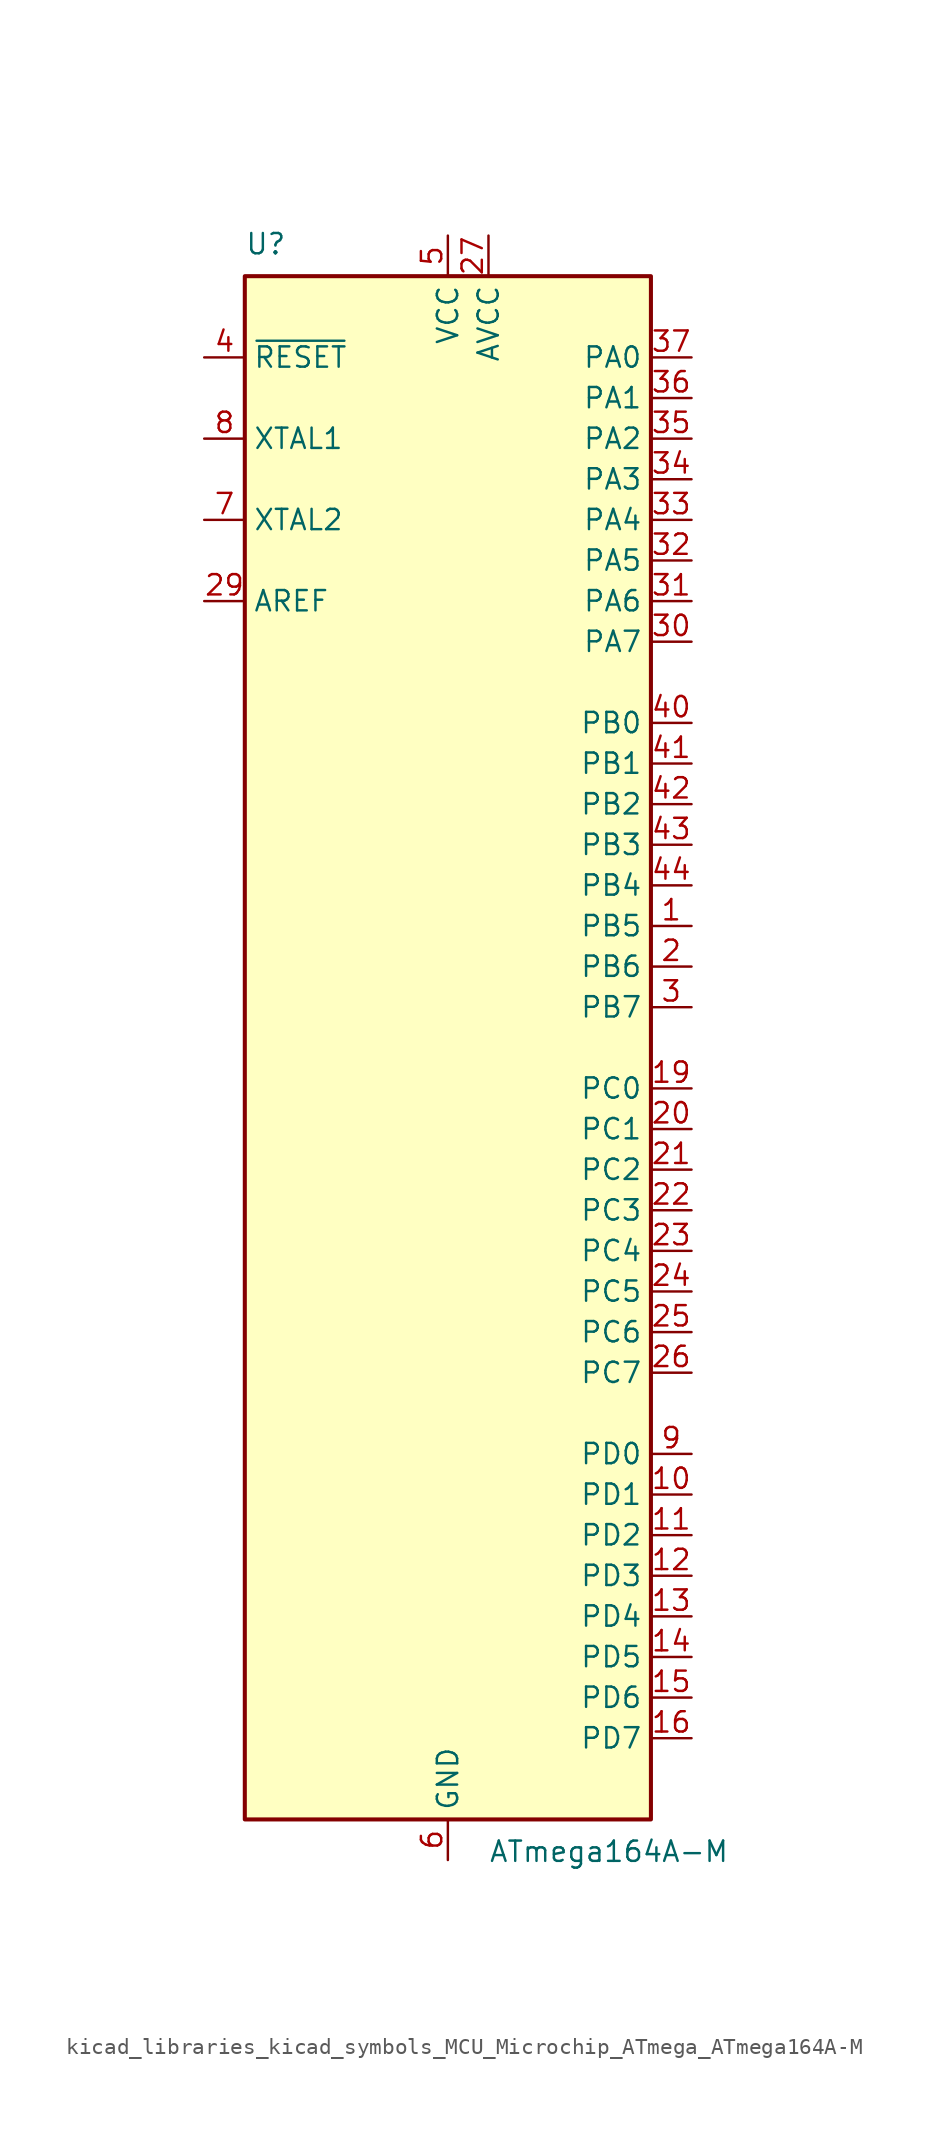
<source format=kicad_sym>
(kicad_symbol_lib
  (version 20220914)
  (generator kicad_symbol_editor)
  (symbol "kicad_libraries_kicad_symbols_MCU_Microchip_ATmega_ATmega164A-M"
    (property "Reference" "U"
      (at -12.7 49.53 0)
      (effects (font (size 1.27 1.27)) (justify left bottom)))
    (property "Value" "ATmega164A-M"
      (at 2.54 -49.53 0)
      (effects (font (size 1.27 1.27)) (justify left top)))
    (symbol "kicad_libraries_kicad_symbols_MCU_Microchip_ATmega_ATmega164A-M_0_1"
      (rectangle (start -12.7 -48.26) (end 12.7 48.26) (stroke (width 0.254) (type default)) (fill (type background))))
    (symbol "kicad_libraries_kicad_symbols_MCU_Microchip_ATmega_ATmega164A-M_1_1"
      (pin bidirectional line (at 15.24 7.62 180) (length 2.54) (name "PB5" (effects (font (size 1.27 1.27)))) (number "1" (effects (font (size 1.27 1.27)))))
      (pin bidirectional line (at 15.24 -27.94 180) (length 2.54) (name "PD1" (effects (font (size 1.27 1.27)))) (number "10" (effects (font (size 1.27 1.27)))))
      (pin bidirectional line (at 15.24 -30.48 180) (length 2.54) (name "PD2" (effects (font (size 1.27 1.27)))) (number "11" (effects (font (size 1.27 1.27)))))
      (pin bidirectional line (at 15.24 -33.02 180) (length 2.54) (name "PD3" (effects (font (size 1.27 1.27)))) (number "12" (effects (font (size 1.27 1.27)))))
      (pin bidirectional line (at 15.24 -35.56 180) (length 2.54) (name "PD4" (effects (font (size 1.27 1.27)))) (number "13" (effects (font (size 1.27 1.27)))))
      (pin bidirectional line (at 15.24 -38.1 180) (length 2.54) (name "PD5" (effects (font (size 1.27 1.27)))) (number "14" (effects (font (size 1.27 1.27)))))
      (pin bidirectional line (at 15.24 -40.64 180) (length 2.54) (name "PD6" (effects (font (size 1.27 1.27)))) (number "15" (effects (font (size 1.27 1.27)))))
      (pin bidirectional line (at 15.24 -43.18 180) (length 2.54) (name "PD7" (effects (font (size 1.27 1.27)))) (number "16" (effects (font (size 1.27 1.27)))))
      (pin passive line (at 0 50.8 270) (length 2.54) hide (name "VCC" (effects (font (size 1.27 1.27)))) (number "17" (effects (font (size 1.27 1.27)))))
      (pin passive line (at 0 -50.8 90) (length 2.54) hide (name "GND" (effects (font (size 1.27 1.27)))) (number "18" (effects (font (size 1.27 1.27)))))
      (pin bidirectional line (at 15.24 -2.54 180) (length 2.54) (name "PC0" (effects (font (size 1.27 1.27)))) (number "19" (effects (font (size 1.27 1.27)))))
      (pin bidirectional line (at 15.24 5.08 180) (length 2.54) (name "PB6" (effects (font (size 1.27 1.27)))) (number "2" (effects (font (size 1.27 1.27)))))
      (pin bidirectional line (at 15.24 -5.08 180) (length 2.54) (name "PC1" (effects (font (size 1.27 1.27)))) (number "20" (effects (font (size 1.27 1.27)))))
      (pin bidirectional line (at 15.24 -7.62 180) (length 2.54) (name "PC2" (effects (font (size 1.27 1.27)))) (number "21" (effects (font (size 1.27 1.27)))))
      (pin bidirectional line (at 15.24 -10.16 180) (length 2.54) (name "PC3" (effects (font (size 1.27 1.27)))) (number "22" (effects (font (size 1.27 1.27)))))
      (pin bidirectional line (at 15.24 -12.7 180) (length 2.54) (name "PC4" (effects (font (size 1.27 1.27)))) (number "23" (effects (font (size 1.27 1.27)))))
      (pin bidirectional line (at 15.24 -15.24 180) (length 2.54) (name "PC5" (effects (font (size 1.27 1.27)))) (number "24" (effects (font (size 1.27 1.27)))))
      (pin bidirectional line (at 15.24 -17.78 180) (length 2.54) (name "PC6" (effects (font (size 1.27 1.27)))) (number "25" (effects (font (size 1.27 1.27)))))
      (pin bidirectional line (at 15.24 -20.32 180) (length 2.54) (name "PC7" (effects (font (size 1.27 1.27)))) (number "26" (effects (font (size 1.27 1.27)))))
      (pin power_in line (at 2.54 50.8 270) (length 2.54) (name "AVCC" (effects (font (size 1.27 1.27)))) (number "27" (effects (font (size 1.27 1.27)))))
      (pin passive line (at 0 -50.8 90) (length 2.54) hide (name "GND" (effects (font (size 1.27 1.27)))) (number "28" (effects (font (size 1.27 1.27)))))
      (pin passive line (at -15.24 27.94 0) (length 2.54) (name "AREF" (effects (font (size 1.27 1.27)))) (number "29" (effects (font (size 1.27 1.27)))))
      (pin bidirectional line (at 15.24 2.54 180) (length 2.54) (name "PB7" (effects (font (size 1.27 1.27)))) (number "3" (effects (font (size 1.27 1.27)))))
      (pin bidirectional line (at 15.24 25.4 180) (length 2.54) (name "PA7" (effects (font (size 1.27 1.27)))) (number "30" (effects (font (size 1.27 1.27)))))
      (pin bidirectional line (at 15.24 27.94 180) (length 2.54) (name "PA6" (effects (font (size 1.27 1.27)))) (number "31" (effects (font (size 1.27 1.27)))))
      (pin bidirectional line (at 15.24 30.48 180) (length 2.54) (name "PA5" (effects (font (size 1.27 1.27)))) (number "32" (effects (font (size 1.27 1.27)))))
      (pin bidirectional line (at 15.24 33.02 180) (length 2.54) (name "PA4" (effects (font (size 1.27 1.27)))) (number "33" (effects (font (size 1.27 1.27)))))
      (pin bidirectional line (at 15.24 35.56 180) (length 2.54) (name "PA3" (effects (font (size 1.27 1.27)))) (number "34" (effects (font (size 1.27 1.27)))))
      (pin bidirectional line (at 15.24 38.1 180) (length 2.54) (name "PA2" (effects (font (size 1.27 1.27)))) (number "35" (effects (font (size 1.27 1.27)))))
      (pin bidirectional line (at 15.24 40.64 180) (length 2.54) (name "PA1" (effects (font (size 1.27 1.27)))) (number "36" (effects (font (size 1.27 1.27)))))
      (pin bidirectional line (at 15.24 43.18 180) (length 2.54) (name "PA0" (effects (font (size 1.27 1.27)))) (number "37" (effects (font (size 1.27 1.27)))))
      (pin passive line (at 0 50.8 270) (length 2.54) hide (name "VCC" (effects (font (size 1.27 1.27)))) (number "38" (effects (font (size 1.27 1.27)))))
      (pin passive line (at 0 -50.8 90) (length 2.54) hide (name "GND" (effects (font (size 1.27 1.27)))) (number "39" (effects (font (size 1.27 1.27)))))
      (pin input line (at -15.24 43.18 0) (length 2.54) (name "~{RESET}" (effects (font (size 1.27 1.27)))) (number "4" (effects (font (size 1.27 1.27)))))
      (pin bidirectional line (at 15.24 20.32 180) (length 2.54) (name "PB0" (effects (font (size 1.27 1.27)))) (number "40" (effects (font (size 1.27 1.27)))))
      (pin bidirectional line (at 15.24 17.78 180) (length 2.54) (name "PB1" (effects (font (size 1.27 1.27)))) (number "41" (effects (font (size 1.27 1.27)))))
      (pin bidirectional line (at 15.24 15.24 180) (length 2.54) (name "PB2" (effects (font (size 1.27 1.27)))) (number "42" (effects (font (size 1.27 1.27)))))
      (pin bidirectional line (at 15.24 12.7 180) (length 2.54) (name "PB3" (effects (font (size 1.27 1.27)))) (number "43" (effects (font (size 1.27 1.27)))))
      (pin bidirectional line (at 15.24 10.16 180) (length 2.54) (name "PB4" (effects (font (size 1.27 1.27)))) (number "44" (effects (font (size 1.27 1.27)))))
      (pin passive line (at 0 -50.8 90) (length 2.54) hide (name "GND" (effects (font (size 1.27 1.27)))) (number "45" (effects (font (size 1.27 1.27)))))
      (pin power_in line (at 0 50.8 270) (length 2.54) (name "VCC" (effects (font (size 1.27 1.27)))) (number "5" (effects (font (size 1.27 1.27)))))
      (pin power_in line (at 0 -50.8 90) (length 2.54) (name "GND" (effects (font (size 1.27 1.27)))) (number "6" (effects (font (size 1.27 1.27)))))
      (pin output line (at -15.24 33.02 0) (length 2.54) (name "XTAL2" (effects (font (size 1.27 1.27)))) (number "7" (effects (font (size 1.27 1.27)))))
      (pin input line (at -15.24 38.1 0) (length 2.54) (name "XTAL1" (effects (font (size 1.27 1.27)))) (number "8" (effects (font (size 1.27 1.27)))))
      (pin bidirectional line (at 15.24 -25.4 180) (length 2.54) (name "PD0" (effects (font (size 1.27 1.27)))) (number "9" (effects (font (size 1.27 1.27))))))))
</source>
